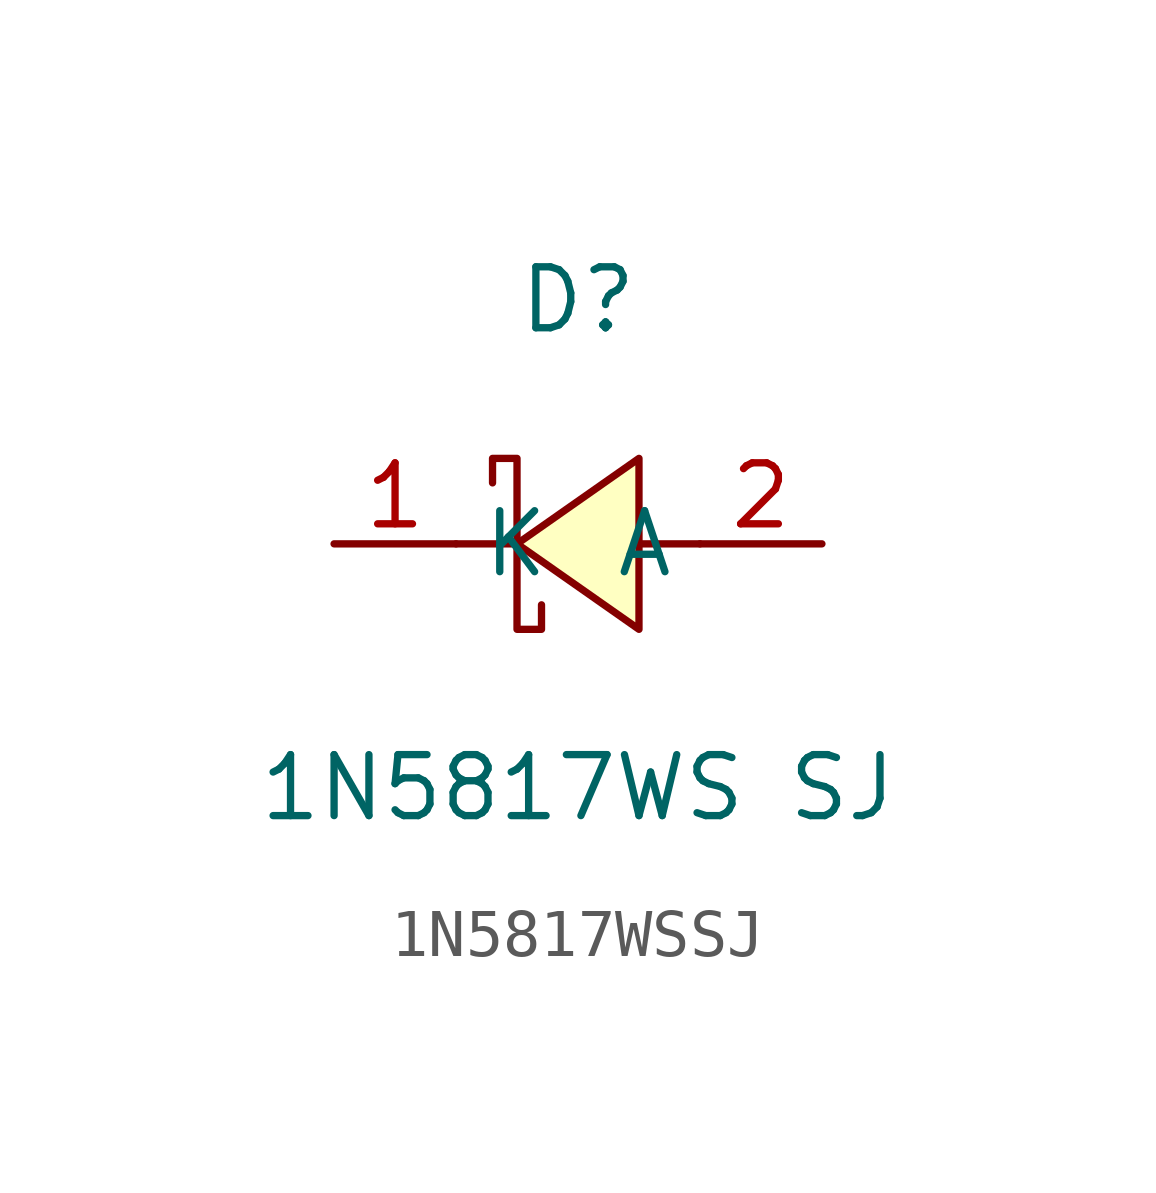
<source format=kicad_sym>
(kicad_symbol_lib
  (version 20220914)
  (generator kicad_symbol_editor)
  (symbol "1N5817WSSJ"
    (property "Reference" "D"
      (at 0 5.08 0)
      (effects (font (size 1.27 1.27))))
    (property "Value" "1N5817WS SJ"
      (at 0 -5.08 0)
      (effects (font (size 1.27 1.27))))
    (symbol "1N5817WSSJ_0_1"
      (polyline (pts (xy -1.27 0) (xy -2.54 0)) (stroke (width 0) (type default)) (fill (type none)))
      (polyline (pts (xy 2.54 0) (xy 1.27 0)) (stroke (width 0) (type default)) (fill (type none)))
      (polyline (pts (xy 1.27 1.78) (xy -1.27 0) (xy 1.27 -1.78) (xy 1.27 1.78)) (stroke (width 0) (type default)) (fill (type background)))
      (polyline (pts (xy -1.78 1.27) (xy -1.78 1.78) (xy -1.27 1.78) (xy -1.27 -1.78) (xy -0.76 -1.78) (xy -0.76 -1.27)) (stroke (width 0) (type default)) (fill (type none))))
    (symbol "1N5817WSSJ_1_1"
      (pin passive line (at -5.08 0 0) (length 2.54) (name "K" (effects (font (size 1.27 1.27)))) (number "1" (effects (font (size 1.27 1.27)))))
      (pin passive line (at 5.08 0 180) (length 2.54) (name "A" (effects (font (size 1.27 1.27)))) (number "2" (effects (font (size 1.27 1.27))))))))
</source>
